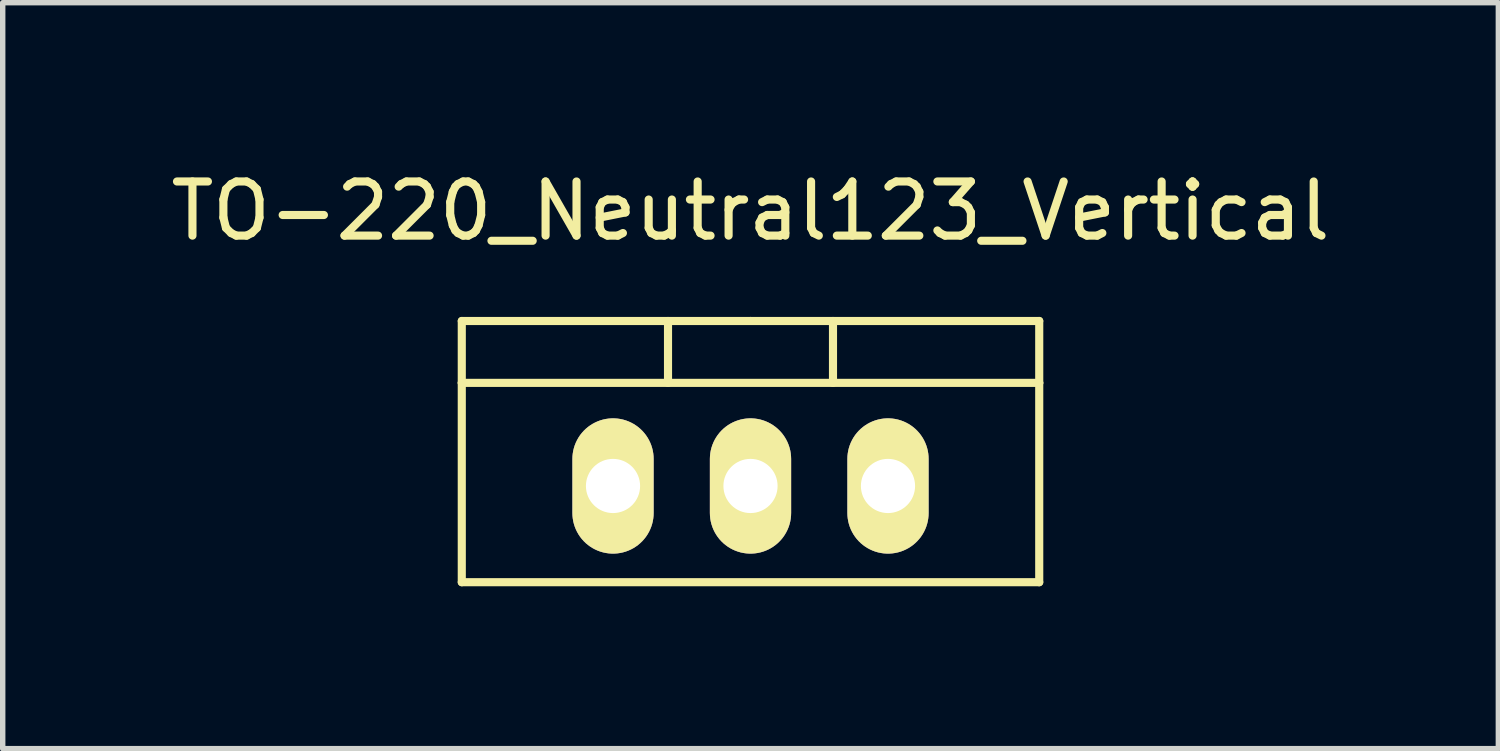
<source format=kicad_pcb>
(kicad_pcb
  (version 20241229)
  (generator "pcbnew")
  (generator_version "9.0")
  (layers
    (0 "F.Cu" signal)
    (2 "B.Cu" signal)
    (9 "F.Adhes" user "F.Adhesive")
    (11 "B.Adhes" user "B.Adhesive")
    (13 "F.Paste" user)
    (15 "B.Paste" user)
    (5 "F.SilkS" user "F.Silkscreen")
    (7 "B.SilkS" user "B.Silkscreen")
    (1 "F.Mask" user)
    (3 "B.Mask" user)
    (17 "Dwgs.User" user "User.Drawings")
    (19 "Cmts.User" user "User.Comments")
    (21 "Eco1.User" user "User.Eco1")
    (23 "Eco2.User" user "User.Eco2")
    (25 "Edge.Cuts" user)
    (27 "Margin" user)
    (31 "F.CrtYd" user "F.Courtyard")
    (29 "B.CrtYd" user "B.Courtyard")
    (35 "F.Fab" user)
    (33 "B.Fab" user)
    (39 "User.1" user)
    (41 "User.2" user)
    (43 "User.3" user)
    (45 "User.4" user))
  (footprint "TO-220_Neutral123_Vertical"
    (layer "F.Cu")
    (at 10.815 5.928)
    (property "Reference" "TO-220_Neutral123_Vertical" (at 0 -5.08 0) (layer "F.SilkS") (effects (font (size 1 1) (thickness 0.15))))
    (attr through_hole)
    (fp_line (start -5.334 -1.905) (end -5.334 -3.048) (stroke (width 0.15) (type solid)) (layer "F.SilkS"))
    (fp_line (start -5.334 1.778) (end -5.334 -1.905) (stroke (width 0.15) (type solid)) (layer "F.SilkS"))
    (fp_line (start -1.524 -3.048) (end -1.524 -1.905) (stroke (width 0.15) (type solid)) (layer "F.SilkS"))
    (fp_line (start 0 -3.048) (end -5.334 -3.048) (stroke (width 0.15) (type solid)) (layer "F.SilkS"))
    (fp_line (start 0 -3.048) (end 5.334 -3.048) (stroke (width 0.15) (type solid)) (layer "F.SilkS"))
    (fp_line (start 1.524 -3.048) (end 1.524 -1.905) (stroke (width 0.15) (type solid)) (layer "F.SilkS"))
    (fp_line (start 5.334 -3.048) (end 5.334 -1.905) (stroke (width 0.15) (type solid)) (layer "F.SilkS"))
    (fp_line (start 5.334 -1.905) (end -5.334 -1.905) (stroke (width 0.15) (type solid)) (layer "F.SilkS"))
    (fp_line (start 5.334 -1.905) (end 5.334 1.778) (stroke (width 0.15) (type solid)) (layer "F.SilkS"))
    (fp_line (start 5.334 1.778) (end -5.334 1.778) (stroke (width 0.15) (type solid)) (layer "F.SilkS"))
    (pad "D" thru_hole oval (at 0 0 90) (size 2.499 1.501) (drill 1.001) (layers "*.Cu" "*.Mask" "F.SilkS"))
    (pad "G" thru_hole oval (at 2.54 0 90) (size 2.499 1.501) (drill 1.001) (layers "*.Cu" "*.Mask" "F.SilkS"))
    (pad "S" thru_hole oval (at -2.54 0 90) (size 2.499 1.501) (drill 1.001) (layers "*.Cu" "*.Mask" "F.SilkS")))
  (gr_rect
    (start -3 -3)
    (end 24.631 10.781)
    (stroke (width 0.1) (type default))
    (fill no)
    (layer "Edge.Cuts")))
</source>
